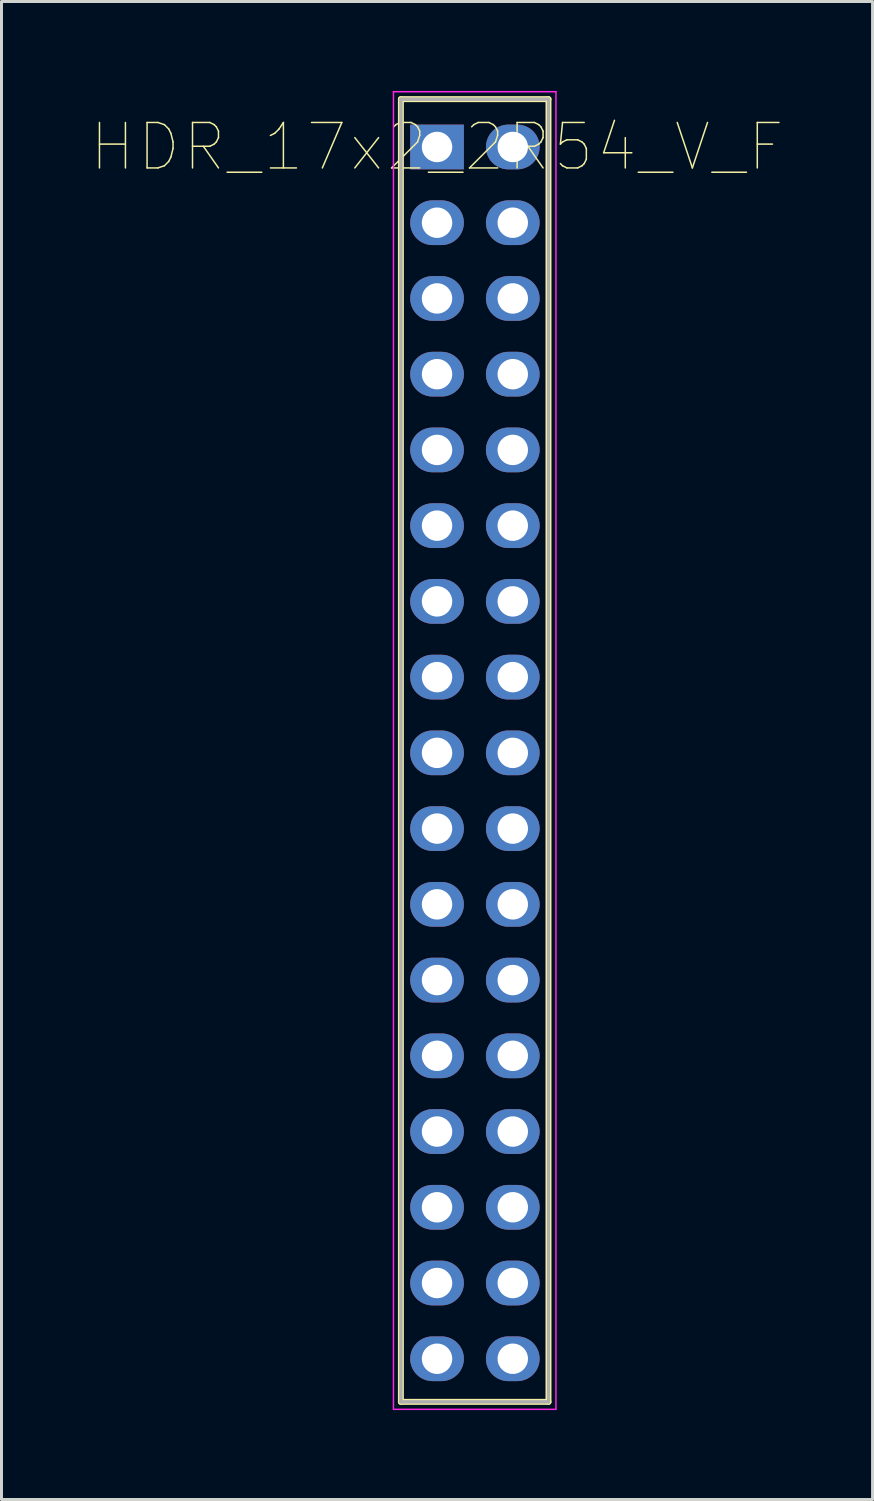
<source format=kicad_pcb>
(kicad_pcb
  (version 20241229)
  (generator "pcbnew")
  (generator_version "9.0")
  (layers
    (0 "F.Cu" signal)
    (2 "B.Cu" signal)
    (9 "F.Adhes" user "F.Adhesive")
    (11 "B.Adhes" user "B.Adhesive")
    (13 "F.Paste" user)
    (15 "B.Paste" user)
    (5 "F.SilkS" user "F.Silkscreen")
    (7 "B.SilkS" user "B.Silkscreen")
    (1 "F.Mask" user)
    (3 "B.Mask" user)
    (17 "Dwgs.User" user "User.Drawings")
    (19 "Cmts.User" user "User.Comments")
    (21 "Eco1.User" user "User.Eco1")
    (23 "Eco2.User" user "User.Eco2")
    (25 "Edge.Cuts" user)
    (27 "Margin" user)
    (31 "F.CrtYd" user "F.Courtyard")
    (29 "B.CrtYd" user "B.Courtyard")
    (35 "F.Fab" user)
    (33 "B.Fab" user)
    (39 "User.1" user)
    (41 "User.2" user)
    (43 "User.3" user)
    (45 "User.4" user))
  (footprint "HDR_17x2_2R54_V_F"
    (layer "F.Cu")
    (at 11.607 1.879)
    (property "Reference" "HDR_17x2_2R54_V_F" (at 0 0 0) (layer "F.SilkS") (effects (font (size 1.524 1.524) (thickness 0.05))))
    (attr smd)
    (fp_line (start -1.212 -1.604) (end -1.212 42.086) (stroke (width 0.2) (type solid)) (layer "F.SilkS"))
    (fp_line (start -1.212 -1.604) (end 3.738 -1.604) (stroke (width 0.2) (type solid)) (layer "F.SilkS"))
    (fp_line (start 3.738 -1.604) (end 3.738 42.086) (stroke (width 0.2) (type solid)) (layer "F.SilkS"))
    (fp_line (start 3.738 42.086) (end -1.212 42.086) (stroke (width 0.2) (type solid)) (layer "F.SilkS"))
    (fp_line (start -1.462 -1.854) (end 3.988 -1.854) (stroke (width 0.05) (type solid)) (layer "F.CrtYd"))
    (fp_line (start -1.462 42.336) (end -1.462 -1.854) (stroke (width 0.05) (type solid)) (layer "F.CrtYd"))
    (fp_line (start 3.988 -1.854) (end 3.988 42.336) (stroke (width 0.05) (type solid)) (layer "F.CrtYd"))
    (fp_line (start 3.988 42.336) (end -1.462 42.336) (stroke (width 0.05) (type solid)) (layer "F.CrtYd"))
    (fp_line (start -1.212 -1.604) (end 3.738 -1.604) (stroke (width 0.1) (type solid)) (layer "F.Fab"))
    (fp_line (start -1.212 -1.604) (end 3.738 -1.604) (stroke (width 0.1) (type solid)) (layer "F.Fab"))
    (fp_line (start -1.212 42.086) (end -1.212 -1.604) (stroke (width 0.1) (type solid)) (layer "F.Fab"))
    (fp_line (start -1.212 42.086) (end -1.212 -1.604) (stroke (width 0.1) (type solid)) (layer "F.Fab"))
    (fp_line (start 3.738 -1.604) (end 3.738 42.086) (stroke (width 0.1) (type solid)) (layer "F.Fab"))
    (fp_line (start 3.738 42.086) (end -1.212 42.086) (stroke (width 0.1) (type solid)) (layer "F.Fab"))
    (fp_line (start 3.738 42.086) (end -1.212 42.086) (stroke (width 0.1) (type solid)) (layer "F.Fab"))
    (pad "1" thru_hole rect (at 0 0 270) (size 1.5 1.8) (drill 1.02) (layers "*.Cu"))
    (pad "2" thru_hole oval (at 2.54 0 270) (size 1.5 1.8) (drill 1.02) (layers "*.Cu"))
    (pad "3" thru_hole oval (at 0 2.54 270) (size 1.5 1.8) (drill 1.02) (layers "*.Cu"))
    (pad "4" thru_hole oval (at 2.54 2.54 270) (size 1.5 1.8) (drill 1.02) (layers "*.Cu"))
    (pad "5" thru_hole oval (at 0 5.08 270) (size 1.5 1.8) (drill 1.02) (layers "*.Cu"))
    (pad "6" thru_hole oval (at 2.54 5.08 270) (size 1.5 1.8) (drill 1.02) (layers "*.Cu"))
    (pad "7" thru_hole oval (at 0 7.62 270) (size 1.5 1.8) (drill 1.02) (layers "*.Cu"))
    (pad "8" thru_hole oval (at 2.54 7.62 270) (size 1.5 1.8) (drill 1.02) (layers "*.Cu"))
    (pad "9" thru_hole oval (at 0 10.16 270) (size 1.5 1.8) (drill 1.02) (layers "*.Cu"))
    (pad "10" thru_hole oval (at 2.54 10.16 270) (size 1.5 1.8) (drill 1.02) (layers "*.Cu"))
    (pad "11" thru_hole oval (at 0 12.7 270) (size 1.5 1.8) (drill 1.02) (layers "*.Cu"))
    (pad "12" thru_hole oval (at 2.54 12.7 270) (size 1.5 1.8) (drill 1.02) (layers "*.Cu"))
    (pad "13" thru_hole oval (at 0 15.24 270) (size 1.5 1.8) (drill 1.02) (layers "*.Cu"))
    (pad "14" thru_hole oval (at 2.54 15.24 270) (size 1.5 1.8) (drill 1.02) (layers "*.Cu"))
    (pad "15" thru_hole oval (at 0 17.78 270) (size 1.5 1.8) (drill 1.02) (layers "*.Cu"))
    (pad "16" thru_hole oval (at 2.54 17.78 270) (size 1.5 1.8) (drill 1.02) (layers "*.Cu"))
    (pad "17" thru_hole oval (at 0 20.32 270) (size 1.5 1.8) (drill 1.02) (layers "*.Cu"))
    (pad "18" thru_hole oval (at 2.54 20.32 270) (size 1.5 1.8) (drill 1.02) (layers "*.Cu"))
    (pad "19" thru_hole oval (at 0 22.86 270) (size 1.5 1.8) (drill 1.02) (layers "*.Cu"))
    (pad "20" thru_hole oval (at 2.54 22.86 270) (size 1.5 1.8) (drill 1.02) (layers "*.Cu"))
    (pad "21" thru_hole oval (at 0 25.4 270) (size 1.5 1.8) (drill 1.02) (layers "*.Cu"))
    (pad "22" thru_hole oval (at 2.54 25.4 270) (size 1.5 1.8) (drill 1.02) (layers "*.Cu"))
    (pad "23" thru_hole oval (at 0 27.94 270) (size 1.5 1.8) (drill 1.02) (layers "*.Cu"))
    (pad "24" thru_hole oval (at 2.54 27.94 270) (size 1.5 1.8) (drill 1.02) (layers "*.Cu"))
    (pad "25" thru_hole oval (at 0 30.48 270) (size 1.5 1.8) (drill 1.02) (layers "*.Cu"))
    (pad "26" thru_hole oval (at 2.54 30.48 270) (size 1.5 1.8) (drill 1.02) (layers "*.Cu"))
    (pad "27" thru_hole oval (at 0 33.02 270) (size 1.5 1.8) (drill 1.02) (layers "*.Cu"))
    (pad "28" thru_hole oval (at 2.54 33.02 270) (size 1.5 1.8) (drill 1.02) (layers "*.Cu"))
    (pad "29" thru_hole oval (at 0 35.56 270) (size 1.5 1.8) (drill 1.02) (layers "*.Cu"))
    (pad "30" thru_hole oval (at 2.54 35.56 270) (size 1.5 1.8) (drill 1.02) (layers "*.Cu"))
    (pad "31" thru_hole oval (at 0 38.1 270) (size 1.5 1.8) (drill 1.02) (layers "*.Cu"))
    (pad "32" thru_hole oval (at 2.54 38.1 270) (size 1.5 1.8) (drill 1.02) (layers "*.Cu"))
    (pad "33" thru_hole oval (at 0 40.64 270) (size 1.5 1.8) (drill 1.02) (layers "*.Cu"))
    (pad "34" thru_hole oval (at 2.54 40.64 270) (size 1.5 1.8) (drill 1.02) (layers "*.Cu")))
  (gr_rect
    (start -3 -3)
    (end 26.213 47.24)
    (stroke (width 0.1) (type default))
    (fill no)
    (layer "Edge.Cuts")))
</source>
